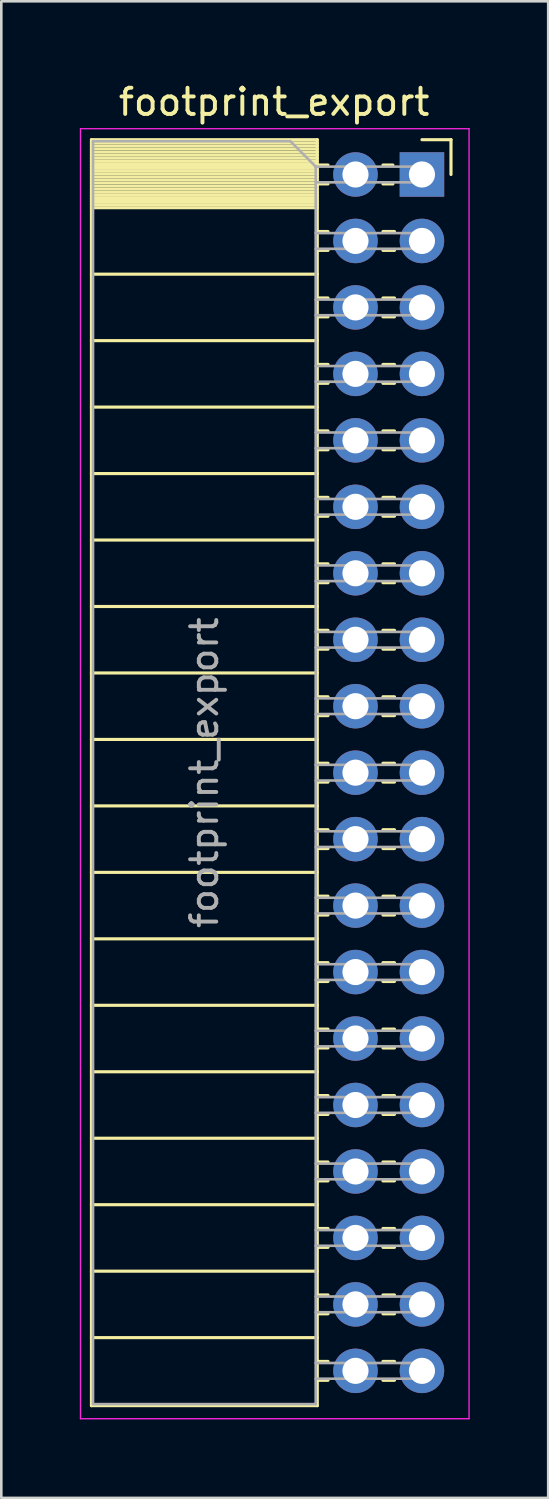
<source format=kicad_pcb>
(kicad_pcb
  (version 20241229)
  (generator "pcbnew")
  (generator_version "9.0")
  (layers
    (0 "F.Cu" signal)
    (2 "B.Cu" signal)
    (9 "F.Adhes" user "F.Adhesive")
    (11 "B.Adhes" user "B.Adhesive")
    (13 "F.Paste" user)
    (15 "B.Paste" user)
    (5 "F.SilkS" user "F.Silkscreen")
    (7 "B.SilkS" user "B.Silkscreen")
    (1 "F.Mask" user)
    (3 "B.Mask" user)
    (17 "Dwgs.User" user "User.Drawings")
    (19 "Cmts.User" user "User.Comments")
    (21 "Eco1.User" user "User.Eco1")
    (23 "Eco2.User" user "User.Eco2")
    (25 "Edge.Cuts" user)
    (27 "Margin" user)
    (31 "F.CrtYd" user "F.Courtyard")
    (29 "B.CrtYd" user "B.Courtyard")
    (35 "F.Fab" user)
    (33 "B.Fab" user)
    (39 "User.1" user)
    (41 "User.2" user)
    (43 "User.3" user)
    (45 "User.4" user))
  (footprint "footprint_export"
    (layer "F.Cu")
    (at 13.075 3.618)
    (property "Reference" "footprint_export" (at -5.65 -2.77 0) (layer "F.SilkS") (effects (font (size 1 1) (thickness 0.15))))
    (attr through_hole)
    (fp_line (start -12.63 -1.33) (end -12.63 47.05) (stroke (width 0.12) (type solid)) (layer "F.SilkS"))
    (fp_line (start -12.63 -1.33) (end -4 -1.33) (stroke (width 0.12) (type solid)) (layer "F.SilkS"))
    (fp_line (start -12.63 -1.21) (end -4 -1.21) (stroke (width 0.12) (type solid)) (layer "F.SilkS"))
    (fp_line (start -12.63 -1.092) (end -4 -1.092) (stroke (width 0.12) (type solid)) (layer "F.SilkS"))
    (fp_line (start -12.63 -0.974) (end -4 -0.974) (stroke (width 0.12) (type solid)) (layer "F.SilkS"))
    (fp_line (start -12.63 -0.856) (end -4 -0.856) (stroke (width 0.12) (type solid)) (layer "F.SilkS"))
    (fp_line (start -12.63 -0.738) (end -4 -0.738) (stroke (width 0.12) (type solid)) (layer "F.SilkS"))
    (fp_line (start -12.63 -0.62) (end -4 -0.62) (stroke (width 0.12) (type solid)) (layer "F.SilkS"))
    (fp_line (start -12.63 -0.501) (end -4 -0.501) (stroke (width 0.12) (type solid)) (layer "F.SilkS"))
    (fp_line (start -12.63 -0.383) (end -4 -0.383) (stroke (width 0.12) (type solid)) (layer "F.SilkS"))
    (fp_line (start -12.63 -0.265) (end -4 -0.265) (stroke (width 0.12) (type solid)) (layer "F.SilkS"))
    (fp_line (start -12.63 -0.147) (end -4 -0.147) (stroke (width 0.12) (type solid)) (layer "F.SilkS"))
    (fp_line (start -12.63 -0.029) (end -4 -0.029) (stroke (width 0.12) (type solid)) (layer "F.SilkS"))
    (fp_line (start -12.63 0.089) (end -4 0.089) (stroke (width 0.12) (type solid)) (layer "F.SilkS"))
    (fp_line (start -12.63 0.207) (end -4 0.207) (stroke (width 0.12) (type solid)) (layer "F.SilkS"))
    (fp_line (start -12.63 0.325) (end -4 0.325) (stroke (width 0.12) (type solid)) (layer "F.SilkS"))
    (fp_line (start -12.63 0.443) (end -4 0.443) (stroke (width 0.12) (type solid)) (layer "F.SilkS"))
    (fp_line (start -12.63 0.561) (end -4 0.561) (stroke (width 0.12) (type solid)) (layer "F.SilkS"))
    (fp_line (start -12.63 0.68) (end -4 0.68) (stroke (width 0.12) (type solid)) (layer "F.SilkS"))
    (fp_line (start -12.63 0.798) (end -4 0.798) (stroke (width 0.12) (type solid)) (layer "F.SilkS"))
    (fp_line (start -12.63 0.916) (end -4 0.916) (stroke (width 0.12) (type solid)) (layer "F.SilkS"))
    (fp_line (start -12.63 1.034) (end -4 1.034) (stroke (width 0.12) (type solid)) (layer "F.SilkS"))
    (fp_line (start -12.63 1.152) (end -4 1.152) (stroke (width 0.12) (type solid)) (layer "F.SilkS"))
    (fp_line (start -12.63 1.27) (end -4 1.27) (stroke (width 0.12) (type solid)) (layer "F.SilkS"))
    (fp_line (start -12.63 3.81) (end -4 3.81) (stroke (width 0.12) (type solid)) (layer "F.SilkS"))
    (fp_line (start -12.63 6.35) (end -4 6.35) (stroke (width 0.12) (type solid)) (layer "F.SilkS"))
    (fp_line (start -12.63 8.89) (end -4 8.89) (stroke (width 0.12) (type solid)) (layer "F.SilkS"))
    (fp_line (start -12.63 11.43) (end -4 11.43) (stroke (width 0.12) (type solid)) (layer "F.SilkS"))
    (fp_line (start -12.63 13.97) (end -4 13.97) (stroke (width 0.12) (type solid)) (layer "F.SilkS"))
    (fp_line (start -12.63 16.51) (end -4 16.51) (stroke (width 0.12) (type solid)) (layer "F.SilkS"))
    (fp_line (start -12.63 19.05) (end -4 19.05) (stroke (width 0.12) (type solid)) (layer "F.SilkS"))
    (fp_line (start -12.63 21.59) (end -4 21.59) (stroke (width 0.12) (type solid)) (layer "F.SilkS"))
    (fp_line (start -12.63 24.13) (end -4 24.13) (stroke (width 0.12) (type solid)) (layer "F.SilkS"))
    (fp_line (start -12.63 26.67) (end -4 26.67) (stroke (width 0.12) (type solid)) (layer "F.SilkS"))
    (fp_line (start -12.63 29.21) (end -4 29.21) (stroke (width 0.12) (type solid)) (layer "F.SilkS"))
    (fp_line (start -12.63 31.75) (end -4 31.75) (stroke (width 0.12) (type solid)) (layer "F.SilkS"))
    (fp_line (start -12.63 34.29) (end -4 34.29) (stroke (width 0.12) (type solid)) (layer "F.SilkS"))
    (fp_line (start -12.63 36.83) (end -4 36.83) (stroke (width 0.12) (type solid)) (layer "F.SilkS"))
    (fp_line (start -12.63 39.37) (end -4 39.37) (stroke (width 0.12) (type solid)) (layer "F.SilkS"))
    (fp_line (start -12.63 41.91) (end -4 41.91) (stroke (width 0.12) (type solid)) (layer "F.SilkS"))
    (fp_line (start -12.63 44.45) (end -4 44.45) (stroke (width 0.12) (type solid)) (layer "F.SilkS"))
    (fp_line (start -12.63 47.05) (end -4 47.05) (stroke (width 0.12) (type solid)) (layer "F.SilkS"))
    (fp_line (start -4 -1.33) (end -4 47.05) (stroke (width 0.12) (type solid)) (layer "F.SilkS"))
    (fp_line (start -4 -0.36) (end -3.59 -0.36) (stroke (width 0.12) (type solid)) (layer "F.SilkS"))
    (fp_line (start -4 0.36) (end -3.59 0.36) (stroke (width 0.12) (type solid)) (layer "F.SilkS"))
    (fp_line (start -4 2.18) (end -3.59 2.18) (stroke (width 0.12) (type solid)) (layer "F.SilkS"))
    (fp_line (start -4 2.9) (end -3.59 2.9) (stroke (width 0.12) (type solid)) (layer "F.SilkS"))
    (fp_line (start -4 4.72) (end -3.59 4.72) (stroke (width 0.12) (type solid)) (layer "F.SilkS"))
    (fp_line (start -4 5.44) (end -3.59 5.44) (stroke (width 0.12) (type solid)) (layer "F.SilkS"))
    (fp_line (start -4 7.26) (end -3.59 7.26) (stroke (width 0.12) (type solid)) (layer "F.SilkS"))
    (fp_line (start -4 7.98) (end -3.59 7.98) (stroke (width 0.12) (type solid)) (layer "F.SilkS"))
    (fp_line (start -4 9.8) (end -3.59 9.8) (stroke (width 0.12) (type solid)) (layer "F.SilkS"))
    (fp_line (start -4 10.52) (end -3.59 10.52) (stroke (width 0.12) (type solid)) (layer "F.SilkS"))
    (fp_line (start -4 12.34) (end -3.59 12.34) (stroke (width 0.12) (type solid)) (layer "F.SilkS"))
    (fp_line (start -4 13.06) (end -3.59 13.06) (stroke (width 0.12) (type solid)) (layer "F.SilkS"))
    (fp_line (start -4 14.88) (end -3.59 14.88) (stroke (width 0.12) (type solid)) (layer "F.SilkS"))
    (fp_line (start -4 15.6) (end -3.59 15.6) (stroke (width 0.12) (type solid)) (layer "F.SilkS"))
    (fp_line (start -4 17.42) (end -3.59 17.42) (stroke (width 0.12) (type solid)) (layer "F.SilkS"))
    (fp_line (start -4 18.14) (end -3.59 18.14) (stroke (width 0.12) (type solid)) (layer "F.SilkS"))
    (fp_line (start -4 19.96) (end -3.59 19.96) (stroke (width 0.12) (type solid)) (layer "F.SilkS"))
    (fp_line (start -4 20.68) (end -3.59 20.68) (stroke (width 0.12) (type solid)) (layer "F.SilkS"))
    (fp_line (start -4 22.5) (end -3.59 22.5) (stroke (width 0.12) (type solid)) (layer "F.SilkS"))
    (fp_line (start -4 23.22) (end -3.59 23.22) (stroke (width 0.12) (type solid)) (layer "F.SilkS"))
    (fp_line (start -4 25.04) (end -3.59 25.04) (stroke (width 0.12) (type solid)) (layer "F.SilkS"))
    (fp_line (start -4 25.76) (end -3.59 25.76) (stroke (width 0.12) (type solid)) (layer "F.SilkS"))
    (fp_line (start -4 27.58) (end -3.59 27.58) (stroke (width 0.12) (type solid)) (layer "F.SilkS"))
    (fp_line (start -4 28.3) (end -3.59 28.3) (stroke (width 0.12) (type solid)) (layer "F.SilkS"))
    (fp_line (start -4 30.12) (end -3.59 30.12) (stroke (width 0.12) (type solid)) (layer "F.SilkS"))
    (fp_line (start -4 30.84) (end -3.59 30.84) (stroke (width 0.12) (type solid)) (layer "F.SilkS"))
    (fp_line (start -4 32.66) (end -3.59 32.66) (stroke (width 0.12) (type solid)) (layer "F.SilkS"))
    (fp_line (start -4 33.38) (end -3.59 33.38) (stroke (width 0.12) (type solid)) (layer "F.SilkS"))
    (fp_line (start -4 35.2) (end -3.59 35.2) (stroke (width 0.12) (type solid)) (layer "F.SilkS"))
    (fp_line (start -4 35.92) (end -3.59 35.92) (stroke (width 0.12) (type solid)) (layer "F.SilkS"))
    (fp_line (start -4 37.74) (end -3.59 37.74) (stroke (width 0.12) (type solid)) (layer "F.SilkS"))
    (fp_line (start -4 38.46) (end -3.59 38.46) (stroke (width 0.12) (type solid)) (layer "F.SilkS"))
    (fp_line (start -4 40.28) (end -3.59 40.28) (stroke (width 0.12) (type solid)) (layer "F.SilkS"))
    (fp_line (start -4 41) (end -3.59 41) (stroke (width 0.12) (type solid)) (layer "F.SilkS"))
    (fp_line (start -4 42.82) (end -3.59 42.82) (stroke (width 0.12) (type solid)) (layer "F.SilkS"))
    (fp_line (start -4 43.54) (end -3.59 43.54) (stroke (width 0.12) (type solid)) (layer "F.SilkS"))
    (fp_line (start -4 45.36) (end -3.59 45.36) (stroke (width 0.12) (type solid)) (layer "F.SilkS"))
    (fp_line (start -4 46.08) (end -3.59 46.08) (stroke (width 0.12) (type solid)) (layer "F.SilkS"))
    (fp_line (start -1.49 -0.36) (end -1.11 -0.36) (stroke (width 0.12) (type solid)) (layer "F.SilkS"))
    (fp_line (start -1.49 0.36) (end -1.11 0.36) (stroke (width 0.12) (type solid)) (layer "F.SilkS"))
    (fp_line (start -1.49 2.18) (end -1.05 2.18) (stroke (width 0.12) (type solid)) (layer "F.SilkS"))
    (fp_line (start -1.49 2.9) (end -1.05 2.9) (stroke (width 0.12) (type solid)) (layer "F.SilkS"))
    (fp_line (start -1.49 4.72) (end -1.05 4.72) (stroke (width 0.12) (type solid)) (layer "F.SilkS"))
    (fp_line (start -1.49 5.44) (end -1.05 5.44) (stroke (width 0.12) (type solid)) (layer "F.SilkS"))
    (fp_line (start -1.49 7.26) (end -1.05 7.26) (stroke (width 0.12) (type solid)) (layer "F.SilkS"))
    (fp_line (start -1.49 7.98) (end -1.05 7.98) (stroke (width 0.12) (type solid)) (layer "F.SilkS"))
    (fp_line (start -1.49 9.8) (end -1.05 9.8) (stroke (width 0.12) (type solid)) (layer "F.SilkS"))
    (fp_line (start -1.49 10.52) (end -1.05 10.52) (stroke (width 0.12) (type solid)) (layer "F.SilkS"))
    (fp_line (start -1.49 12.34) (end -1.05 12.34) (stroke (width 0.12) (type solid)) (layer "F.SilkS"))
    (fp_line (start -1.49 13.06) (end -1.05 13.06) (stroke (width 0.12) (type solid)) (layer "F.SilkS"))
    (fp_line (start -1.49 14.88) (end -1.05 14.88) (stroke (width 0.12) (type solid)) (layer "F.SilkS"))
    (fp_line (start -1.49 15.6) (end -1.05 15.6) (stroke (width 0.12) (type solid)) (layer "F.SilkS"))
    (fp_line (start -1.49 17.42) (end -1.05 17.42) (stroke (width 0.12) (type solid)) (layer "F.SilkS"))
    (fp_line (start -1.49 18.14) (end -1.05 18.14) (stroke (width 0.12) (type solid)) (layer "F.SilkS"))
    (fp_line (start -1.49 19.96) (end -1.05 19.96) (stroke (width 0.12) (type solid)) (layer "F.SilkS"))
    (fp_line (start -1.49 20.68) (end -1.05 20.68) (stroke (width 0.12) (type solid)) (layer "F.SilkS"))
    (fp_line (start -1.49 22.5) (end -1.05 22.5) (stroke (width 0.12) (type solid)) (layer "F.SilkS"))
    (fp_line (start -1.49 23.22) (end -1.05 23.22) (stroke (width 0.12) (type solid)) (layer "F.SilkS"))
    (fp_line (start -1.49 25.04) (end -1.05 25.04) (stroke (width 0.12) (type solid)) (layer "F.SilkS"))
    (fp_line (start -1.49 25.76) (end -1.05 25.76) (stroke (width 0.12) (type solid)) (layer "F.SilkS"))
    (fp_line (start -1.49 27.58) (end -1.05 27.58) (stroke (width 0.12) (type solid)) (layer "F.SilkS"))
    (fp_line (start -1.49 28.3) (end -1.05 28.3) (stroke (width 0.12) (type solid)) (layer "F.SilkS"))
    (fp_line (start -1.49 30.12) (end -1.05 30.12) (stroke (width 0.12) (type solid)) (layer "F.SilkS"))
    (fp_line (start -1.49 30.84) (end -1.05 30.84) (stroke (width 0.12) (type solid)) (layer "F.SilkS"))
    (fp_line (start -1.49 32.66) (end -1.05 32.66) (stroke (width 0.12) (type solid)) (layer "F.SilkS"))
    (fp_line (start -1.49 33.38) (end -1.05 33.38) (stroke (width 0.12) (type solid)) (layer "F.SilkS"))
    (fp_line (start -1.49 35.2) (end -1.05 35.2) (stroke (width 0.12) (type solid)) (layer "F.SilkS"))
    (fp_line (start -1.49 35.92) (end -1.05 35.92) (stroke (width 0.12) (type solid)) (layer "F.SilkS"))
    (fp_line (start -1.49 37.74) (end -1.05 37.74) (stroke (width 0.12) (type solid)) (layer "F.SilkS"))
    (fp_line (start -1.49 38.46) (end -1.05 38.46) (stroke (width 0.12) (type solid)) (layer "F.SilkS"))
    (fp_line (start -1.49 40.28) (end -1.05 40.28) (stroke (width 0.12) (type solid)) (layer "F.SilkS"))
    (fp_line (start -1.49 41) (end -1.05 41) (stroke (width 0.12) (type solid)) (layer "F.SilkS"))
    (fp_line (start -1.49 42.82) (end -1.05 42.82) (stroke (width 0.12) (type solid)) (layer "F.SilkS"))
    (fp_line (start -1.49 43.54) (end -1.05 43.54) (stroke (width 0.12) (type solid)) (layer "F.SilkS"))
    (fp_line (start -1.49 45.36) (end -1.05 45.36) (stroke (width 0.12) (type solid)) (layer "F.SilkS"))
    (fp_line (start -1.49 46.08) (end -1.05 46.08) (stroke (width 0.12) (type solid)) (layer "F.SilkS"))
    (fp_line (start 0 -1.33) (end 1.11 -1.33) (stroke (width 0.12) (type solid)) (layer "F.SilkS"))
    (fp_line (start 1.11 -1.33) (end 1.11 0) (stroke (width 0.12) (type solid)) (layer "F.SilkS"))
    (fp_line (start -13.05 -1.75) (end -13.05 47.55) (stroke (width 0.05) (type solid)) (layer "F.CrtYd"))
    (fp_line (start -13.05 47.55) (end 1.8 47.55) (stroke (width 0.05) (type solid)) (layer "F.CrtYd"))
    (fp_line (start 1.8 -1.75) (end -13.05 -1.75) (stroke (width 0.05) (type solid)) (layer "F.CrtYd"))
    (fp_line (start 1.8 47.55) (end 1.8 -1.75) (stroke (width 0.05) (type solid)) (layer "F.CrtYd"))
    (fp_line (start -12.57 -1.27) (end -5.03 -1.27) (stroke (width 0.1) (type solid)) (layer "F.Fab"))
    (fp_line (start -12.57 46.99) (end -12.57 -1.27) (stroke (width 0.1) (type solid)) (layer "F.Fab"))
    (fp_line (start -5.03 -1.27) (end -4.06 -0.3) (stroke (width 0.1) (type solid)) (layer "F.Fab"))
    (fp_line (start -4.06 -0.3) (end -4.06 46.99) (stroke (width 0.1) (type solid)) (layer "F.Fab"))
    (fp_line (start -4.06 0.3) (end 0 0.3) (stroke (width 0.1) (type solid)) (layer "F.Fab"))
    (fp_line (start -4.06 2.84) (end 0 2.84) (stroke (width 0.1) (type solid)) (layer "F.Fab"))
    (fp_line (start -4.06 5.38) (end 0 5.38) (stroke (width 0.1) (type solid)) (layer "F.Fab"))
    (fp_line (start -4.06 7.92) (end 0 7.92) (stroke (width 0.1) (type solid)) (layer "F.Fab"))
    (fp_line (start -4.06 10.46) (end 0 10.46) (stroke (width 0.1) (type solid)) (layer "F.Fab"))
    (fp_line (start -4.06 13) (end 0 13) (stroke (width 0.1) (type solid)) (layer "F.Fab"))
    (fp_line (start -4.06 15.54) (end 0 15.54) (stroke (width 0.1) (type solid)) (layer "F.Fab"))
    (fp_line (start -4.06 18.08) (end 0 18.08) (stroke (width 0.1) (type solid)) (layer "F.Fab"))
    (fp_line (start -4.06 20.62) (end 0 20.62) (stroke (width 0.1) (type solid)) (layer "F.Fab"))
    (fp_line (start -4.06 23.16) (end 0 23.16) (stroke (width 0.1) (type solid)) (layer "F.Fab"))
    (fp_line (start -4.06 25.7) (end 0 25.7) (stroke (width 0.1) (type solid)) (layer "F.Fab"))
    (fp_line (start -4.06 28.24) (end 0 28.24) (stroke (width 0.1) (type solid)) (layer "F.Fab"))
    (fp_line (start -4.06 30.78) (end 0 30.78) (stroke (width 0.1) (type solid)) (layer "F.Fab"))
    (fp_line (start -4.06 33.32) (end 0 33.32) (stroke (width 0.1) (type solid)) (layer "F.Fab"))
    (fp_line (start -4.06 35.86) (end 0 35.86) (stroke (width 0.1) (type solid)) (layer "F.Fab"))
    (fp_line (start -4.06 38.4) (end 0 38.4) (stroke (width 0.1) (type solid)) (layer "F.Fab"))
    (fp_line (start -4.06 40.94) (end 0 40.94) (stroke (width 0.1) (type solid)) (layer "F.Fab"))
    (fp_line (start -4.06 43.48) (end 0 43.48) (stroke (width 0.1) (type solid)) (layer "F.Fab"))
    (fp_line (start -4.06 46.02) (end 0 46.02) (stroke (width 0.1) (type solid)) (layer "F.Fab"))
    (fp_line (start -4.06 46.99) (end -12.57 46.99) (stroke (width 0.1) (type solid)) (layer "F.Fab"))
    (fp_line (start 0 -0.3) (end -4.06 -0.3) (stroke (width 0.1) (type solid)) (layer "F.Fab"))
    (fp_line (start 0 0.3) (end 0 -0.3) (stroke (width 0.1) (type solid)) (layer "F.Fab"))
    (fp_line (start 0 2.24) (end -4.06 2.24) (stroke (width 0.1) (type solid)) (layer "F.Fab"))
    (fp_line (start 0 2.84) (end 0 2.24) (stroke (width 0.1) (type solid)) (layer "F.Fab"))
    (fp_line (start 0 4.78) (end -4.06 4.78) (stroke (width 0.1) (type solid)) (layer "F.Fab"))
    (fp_line (start 0 5.38) (end 0 4.78) (stroke (width 0.1) (type solid)) (layer "F.Fab"))
    (fp_line (start 0 7.32) (end -4.06 7.32) (stroke (width 0.1) (type solid)) (layer "F.Fab"))
    (fp_line (start 0 7.92) (end 0 7.32) (stroke (width 0.1) (type solid)) (layer "F.Fab"))
    (fp_line (start 0 9.86) (end -4.06 9.86) (stroke (width 0.1) (type solid)) (layer "F.Fab"))
    (fp_line (start 0 10.46) (end 0 9.86) (stroke (width 0.1) (type solid)) (layer "F.Fab"))
    (fp_line (start 0 12.4) (end -4.06 12.4) (stroke (width 0.1) (type solid)) (layer "F.Fab"))
    (fp_line (start 0 13) (end 0 12.4) (stroke (width 0.1) (type solid)) (layer "F.Fab"))
    (fp_line (start 0 14.94) (end -4.06 14.94) (stroke (width 0.1) (type solid)) (layer "F.Fab"))
    (fp_line (start 0 15.54) (end 0 14.94) (stroke (width 0.1) (type solid)) (layer "F.Fab"))
    (fp_line (start 0 17.48) (end -4.06 17.48) (stroke (width 0.1) (type solid)) (layer "F.Fab"))
    (fp_line (start 0 18.08) (end 0 17.48) (stroke (width 0.1) (type solid)) (layer "F.Fab"))
    (fp_line (start 0 20.02) (end -4.06 20.02) (stroke (width 0.1) (type solid)) (layer "F.Fab"))
    (fp_line (start 0 20.62) (end 0 20.02) (stroke (width 0.1) (type solid)) (layer "F.Fab"))
    (fp_line (start 0 22.56) (end -4.06 22.56) (stroke (width 0.1) (type solid)) (layer "F.Fab"))
    (fp_line (start 0 23.16) (end 0 22.56) (stroke (width 0.1) (type solid)) (layer "F.Fab"))
    (fp_line (start 0 25.1) (end -4.06 25.1) (stroke (width 0.1) (type solid)) (layer "F.Fab"))
    (fp_line (start 0 25.7) (end 0 25.1) (stroke (width 0.1) (type solid)) (layer "F.Fab"))
    (fp_line (start 0 27.64) (end -4.06 27.64) (stroke (width 0.1) (type solid)) (layer "F.Fab"))
    (fp_line (start 0 28.24) (end 0 27.64) (stroke (width 0.1) (type solid)) (layer "F.Fab"))
    (fp_line (start 0 30.18) (end -4.06 30.18) (stroke (width 0.1) (type solid)) (layer "F.Fab"))
    (fp_line (start 0 30.78) (end 0 30.18) (stroke (width 0.1) (type solid)) (layer "F.Fab"))
    (fp_line (start 0 32.72) (end -4.06 32.72) (stroke (width 0.1) (type solid)) (layer "F.Fab"))
    (fp_line (start 0 33.32) (end 0 32.72) (stroke (width 0.1) (type solid)) (layer "F.Fab"))
    (fp_line (start 0 35.26) (end -4.06 35.26) (stroke (width 0.1) (type solid)) (layer "F.Fab"))
    (fp_line (start 0 35.86) (end 0 35.26) (stroke (width 0.1) (type solid)) (layer "F.Fab"))
    (fp_line (start 0 37.8) (end -4.06 37.8) (stroke (width 0.1) (type solid)) (layer "F.Fab"))
    (fp_line (start 0 38.4) (end 0 37.8) (stroke (width 0.1) (type solid)) (layer "F.Fab"))
    (fp_line (start 0 40.34) (end -4.06 40.34) (stroke (width 0.1) (type solid)) (layer "F.Fab"))
    (fp_line (start 0 40.94) (end 0 40.34) (stroke (width 0.1) (type solid)) (layer "F.Fab"))
    (fp_line (start 0 42.88) (end -4.06 42.88) (stroke (width 0.1) (type solid)) (layer "F.Fab"))
    (fp_line (start 0 43.48) (end 0 42.88) (stroke (width 0.1) (type solid)) (layer "F.Fab"))
    (fp_line (start 0 45.42) (end -4.06 45.42) (stroke (width 0.1) (type solid)) (layer "F.Fab"))
    (fp_line (start 0 46.02) (end 0 45.42) (stroke (width 0.1) (type solid)) (layer "F.Fab"))
    (fp_text user "${REFERENCE}" (at -8.315 22.86 90) (layer "F.Fab") (effects (font (size 1 1) (thickness 0.15))))
    (pad "1" thru_hole rect (at 0 0) (size 1.7 1.7) (drill 1) (layers "*.Cu" "*.Mask"))
    (pad "2" thru_hole oval (at -2.54 0) (size 1.7 1.7) (drill 1) (layers "*.Cu" "*.Mask"))
    (pad "3" thru_hole oval (at 0 2.54) (size 1.7 1.7) (drill 1) (layers "*.Cu" "*.Mask"))
    (pad "4" thru_hole oval (at -2.54 2.54) (size 1.7 1.7) (drill 1) (layers "*.Cu" "*.Mask"))
    (pad "5" thru_hole oval (at 0 5.08) (size 1.7 1.7) (drill 1) (layers "*.Cu" "*.Mask"))
    (pad "6" thru_hole oval (at -2.54 5.08) (size 1.7 1.7) (drill 1) (layers "*.Cu" "*.Mask"))
    (pad "7" thru_hole oval (at 0 7.62) (size 1.7 1.7) (drill 1) (layers "*.Cu" "*.Mask"))
    (pad "8" thru_hole oval (at -2.54 7.62) (size 1.7 1.7) (drill 1) (layers "*.Cu" "*.Mask"))
    (pad "9" thru_hole oval (at 0 10.16) (size 1.7 1.7) (drill 1) (layers "*.Cu" "*.Mask"))
    (pad "10" thru_hole oval (at -2.54 10.16) (size 1.7 1.7) (drill 1) (layers "*.Cu" "*.Mask"))
    (pad "11" thru_hole oval (at 0 12.7) (size 1.7 1.7) (drill 1) (layers "*.Cu" "*.Mask"))
    (pad "12" thru_hole oval (at -2.54 12.7) (size 1.7 1.7) (drill 1) (layers "*.Cu" "*.Mask"))
    (pad "13" thru_hole oval (at 0 15.24) (size 1.7 1.7) (drill 1) (layers "*.Cu" "*.Mask"))
    (pad "14" thru_hole oval (at -2.54 15.24) (size 1.7 1.7) (drill 1) (layers "*.Cu" "*.Mask"))
    (pad "15" thru_hole oval (at 0 17.78) (size 1.7 1.7) (drill 1) (layers "*.Cu" "*.Mask"))
    (pad "16" thru_hole oval (at -2.54 17.78) (size 1.7 1.7) (drill 1) (layers "*.Cu" "*.Mask"))
    (pad "17" thru_hole oval (at 0 20.32) (size 1.7 1.7) (drill 1) (layers "*.Cu" "*.Mask"))
    (pad "18" thru_hole oval (at -2.54 20.32) (size 1.7 1.7) (drill 1) (layers "*.Cu" "*.Mask"))
    (pad "19" thru_hole oval (at 0 22.86) (size 1.7 1.7) (drill 1) (layers "*.Cu" "*.Mask"))
    (pad "20" thru_hole oval (at -2.54 22.86) (size 1.7 1.7) (drill 1) (layers "*.Cu" "*.Mask"))
    (pad "21" thru_hole oval (at 0 25.4) (size 1.7 1.7) (drill 1) (layers "*.Cu" "*.Mask"))
    (pad "22" thru_hole oval (at -2.54 25.4) (size 1.7 1.7) (drill 1) (layers "*.Cu" "*.Mask"))
    (pad "23" thru_hole oval (at 0 27.94) (size 1.7 1.7) (drill 1) (layers "*.Cu" "*.Mask"))
    (pad "24" thru_hole oval (at -2.54 27.94) (size 1.7 1.7) (drill 1) (layers "*.Cu" "*.Mask"))
    (pad "25" thru_hole oval (at 0 30.48) (size 1.7 1.7) (drill 1) (layers "*.Cu" "*.Mask"))
    (pad "26" thru_hole oval (at -2.54 30.48) (size 1.7 1.7) (drill 1) (layers "*.Cu" "*.Mask"))
    (pad "27" thru_hole oval (at 0 33.02) (size 1.7 1.7) (drill 1) (layers "*.Cu" "*.Mask"))
    (pad "28" thru_hole oval (at -2.54 33.02) (size 1.7 1.7) (drill 1) (layers "*.Cu" "*.Mask"))
    (pad "29" thru_hole oval (at 0 35.56) (size 1.7 1.7) (drill 1) (layers "*.Cu" "*.Mask"))
    (pad "30" thru_hole oval (at -2.54 35.56) (size 1.7 1.7) (drill 1) (layers "*.Cu" "*.Mask"))
    (pad "31" thru_hole oval (at 0 38.1) (size 1.7 1.7) (drill 1) (layers "*.Cu" "*.Mask"))
    (pad "32" thru_hole oval (at -2.54 38.1) (size 1.7 1.7) (drill 1) (layers "*.Cu" "*.Mask"))
    (pad "33" thru_hole oval (at 0 40.64) (size 1.7 1.7) (drill 1) (layers "*.Cu" "*.Mask"))
    (pad "34" thru_hole oval (at -2.54 40.64) (size 1.7 1.7) (drill 1) (layers "*.Cu" "*.Mask"))
    (pad "35" thru_hole oval (at 0 43.18) (size 1.7 1.7) (drill 1) (layers "*.Cu" "*.Mask"))
    (pad "36" thru_hole oval (at -2.54 43.18) (size 1.7 1.7) (drill 1) (layers "*.Cu" "*.Mask"))
    (pad "37" thru_hole oval (at 0 45.72) (size 1.7 1.7) (drill 1) (layers "*.Cu" "*.Mask"))
    (pad "38" thru_hole oval (at -2.54 45.72) (size 1.7 1.7) (drill 1) (layers "*.Cu" "*.Mask")))
  (gr_rect
    (start -3 -3)
    (end 17.9 54.193)
    (stroke (width 0.1) (type default))
    (fill no)
    (layer "Edge.Cuts")))
</source>
